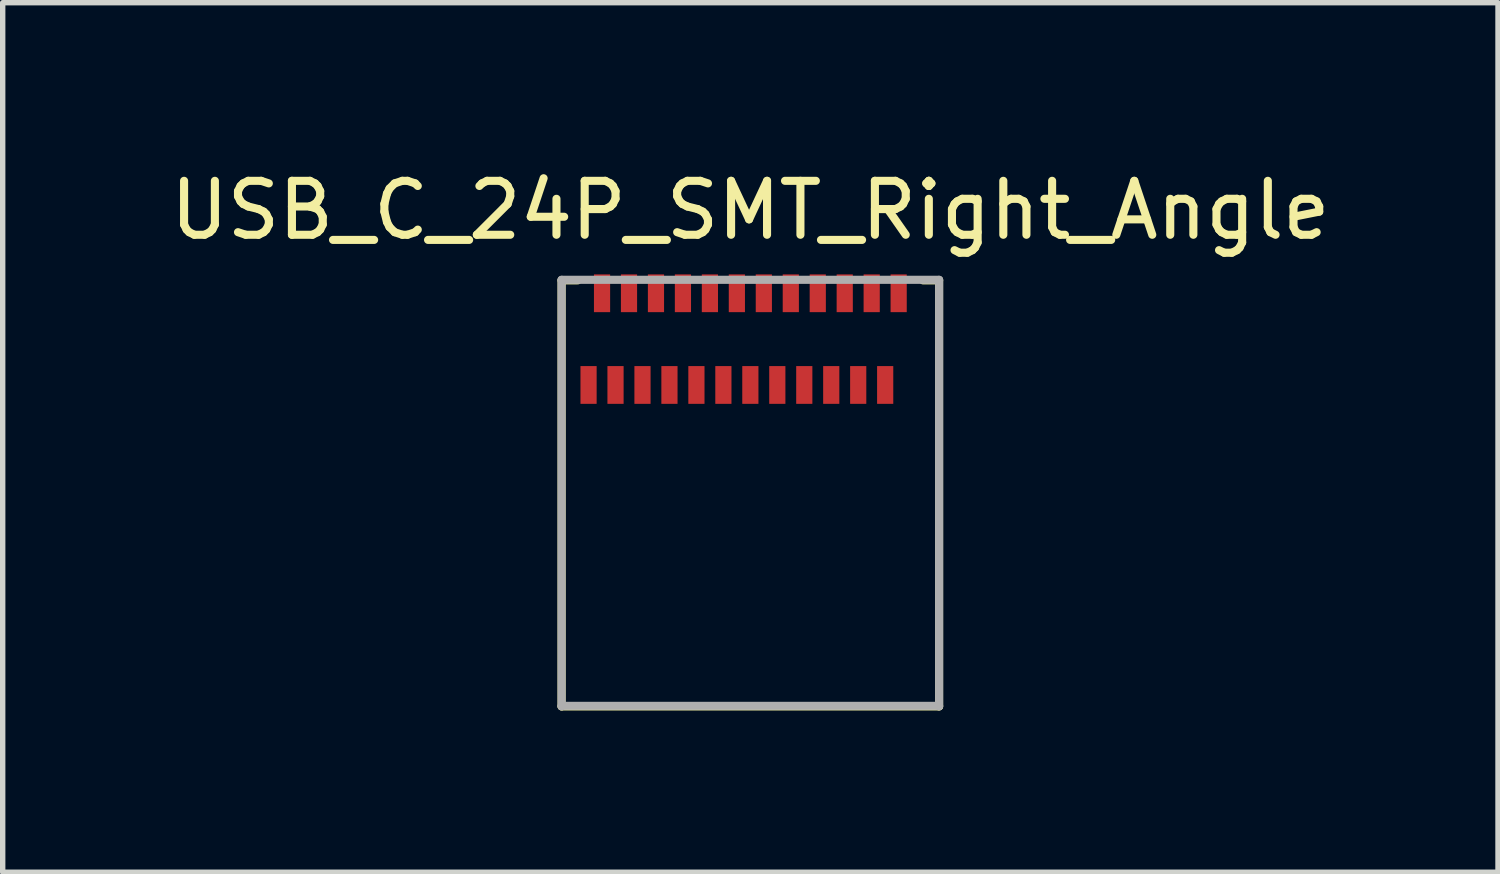
<source format=kicad_pcb>
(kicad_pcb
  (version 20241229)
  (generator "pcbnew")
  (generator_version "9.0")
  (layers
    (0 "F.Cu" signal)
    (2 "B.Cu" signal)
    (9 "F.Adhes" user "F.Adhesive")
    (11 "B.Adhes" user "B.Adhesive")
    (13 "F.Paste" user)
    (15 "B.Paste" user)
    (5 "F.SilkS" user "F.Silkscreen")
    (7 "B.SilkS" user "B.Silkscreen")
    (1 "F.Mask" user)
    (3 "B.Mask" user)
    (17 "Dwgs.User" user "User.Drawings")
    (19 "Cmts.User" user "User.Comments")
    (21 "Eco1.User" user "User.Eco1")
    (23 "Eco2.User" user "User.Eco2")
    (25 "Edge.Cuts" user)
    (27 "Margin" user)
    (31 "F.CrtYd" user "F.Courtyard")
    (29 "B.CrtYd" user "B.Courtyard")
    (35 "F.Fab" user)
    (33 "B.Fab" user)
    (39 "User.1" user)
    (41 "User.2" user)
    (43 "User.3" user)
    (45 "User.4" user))
  (footprint "USB_C_24P_SMT_Right_Angle"
    (layer "F.Cu")
    (at 10.863 3.048)
    (property "Reference" "USB_C_24P_SMT_Right_Angle" (at 0 -2.2 0) (layer "F.SilkS") (effects (font (size 1 1) (thickness 0.15))))
    (attr smd)
    (fp_line (start -3.5 -0.9) (end -3.5 7) (stroke (width 0.15) (type solid)) (layer "F.SilkS"))
    (fp_line (start -3.5 -0.9) (end -3.2 -0.9) (stroke (width 0.15) (type solid)) (layer "F.SilkS"))
    (fp_line (start -3.5 7) (end 3.5 7) (stroke (width 0.15) (type solid)) (layer "F.SilkS"))
    (fp_line (start 3.5 -0.9) (end 3.2 -0.9) (stroke (width 0.15) (type solid)) (layer "F.SilkS"))
    (fp_line (start 3.5 7) (end 3.5 -0.9) (stroke (width 0.15) (type solid)) (layer "F.SilkS"))
    (fp_line (start -3.5 -0.91) (end 3.5 -0.91) (stroke (width 0.15) (type solid)) (layer "F.Fab"))
    (fp_line (start -3.5 6.99) (end 3.5 6.99) (stroke (width 0.15) (type solid)) (layer "F.Fab"))
    (fp_line (start -3.5 7) (end -3.5 -0.91) (stroke (width 0.15) (type solid)) (layer "F.Fab"))
    (fp_line (start 3.5 7) (end 3.5 -0.91) (stroke (width 0.15) (type solid)) (layer "F.Fab"))
    (pad "A1" smd rect (at -2.75 -0.66) (size 0.3 0.7) (layers "F.Cu" "F.Mask" "F.Paste"))
    (pad "A2" smd rect (at -2.25 -0.66) (size 0.3 0.7) (layers "F.Cu" "F.Mask" "F.Paste"))
    (pad "A3" smd rect (at -1.75 -0.66) (size 0.3 0.7) (layers "F.Cu" "F.Mask" "F.Paste"))
    (pad "A4" smd rect (at -1.25 -0.66) (size 0.3 0.7) (layers "F.Cu" "F.Mask" "F.Paste"))
    (pad "A5" smd rect (at -0.75 -0.66) (size 0.3 0.7) (layers "F.Cu" "F.Mask" "F.Paste"))
    (pad "A6" smd rect (at -0.25 -0.66) (size 0.3 0.7) (layers "F.Cu" "F.Mask" "F.Paste"))
    (pad "A7" smd rect (at 0.25 -0.66) (size 0.3 0.7) (layers "F.Cu" "F.Mask" "F.Paste"))
    (pad "A8" smd rect (at 0.75 -0.66) (size 0.3 0.7) (layers "F.Cu" "F.Mask" "F.Paste"))
    (pad "A9" smd rect (at 1.25 -0.66) (size 0.3 0.7) (layers "F.Cu" "F.Mask" "F.Paste"))
    (pad "A10" smd rect (at 1.75 -0.66) (size 0.3 0.7) (layers "F.Cu" "F.Mask" "F.Paste"))
    (pad "A11" smd rect (at 2.25 -0.66) (size 0.3 0.7) (layers "F.Cu" "F.Mask" "F.Paste"))
    (pad "A12" smd rect (at 2.75 -0.66) (size 0.3 0.7) (layers "F.Cu" "F.Mask" "F.Paste"))
    (pad "B1" smd rect (at 2.5 1.04) (size 0.3 0.7) (layers "F.Cu" "F.Mask" "F.Paste"))
    (pad "B2" smd rect (at 2 1.04) (size 0.3 0.7) (layers "F.Cu" "F.Mask" "F.Paste"))
    (pad "B3" smd rect (at 1.5 1.04) (size 0.3 0.7) (layers "F.Cu" "F.Mask" "F.Paste"))
    (pad "B4" smd rect (at 1 1.04) (size 0.3 0.7) (layers "F.Cu" "F.Mask" "F.Paste"))
    (pad "B5" smd rect (at 0.5 1.04) (size 0.3 0.7) (layers "F.Cu" "F.Mask" "F.Paste"))
    (pad "B6" smd rect (at 0 1.04) (size 0.3 0.7) (layers "F.Cu" "F.Mask" "F.Paste"))
    (pad "B7" smd rect (at -0.5 1.04) (size 0.3 0.7) (layers "F.Cu" "F.Mask" "F.Paste"))
    (pad "B8" smd rect (at -1 1.04) (size 0.3 0.7) (layers "F.Cu" "F.Mask" "F.Paste"))
    (pad "B9" smd rect (at -1.5 1.04) (size 0.3 0.7) (layers "F.Cu" "F.Mask" "F.Paste"))
    (pad "B10" smd rect (at -2 1.04) (size 0.3 0.7) (layers "F.Cu" "F.Mask" "F.Paste"))
    (pad "B11" smd rect (at -2.5 1.04) (size 0.3 0.7) (layers "F.Cu" "F.Mask" "F.Paste"))
    (pad "B12" smd rect (at -3 1.04) (size 0.3 0.7) (layers "F.Cu" "F.Mask" "F.Paste")))
  (gr_rect
    (start -3 -3)
    (end 24.726 13.123)
    (stroke (width 0.1) (type default))
    (fill no)
    (layer "Edge.Cuts")))
</source>
